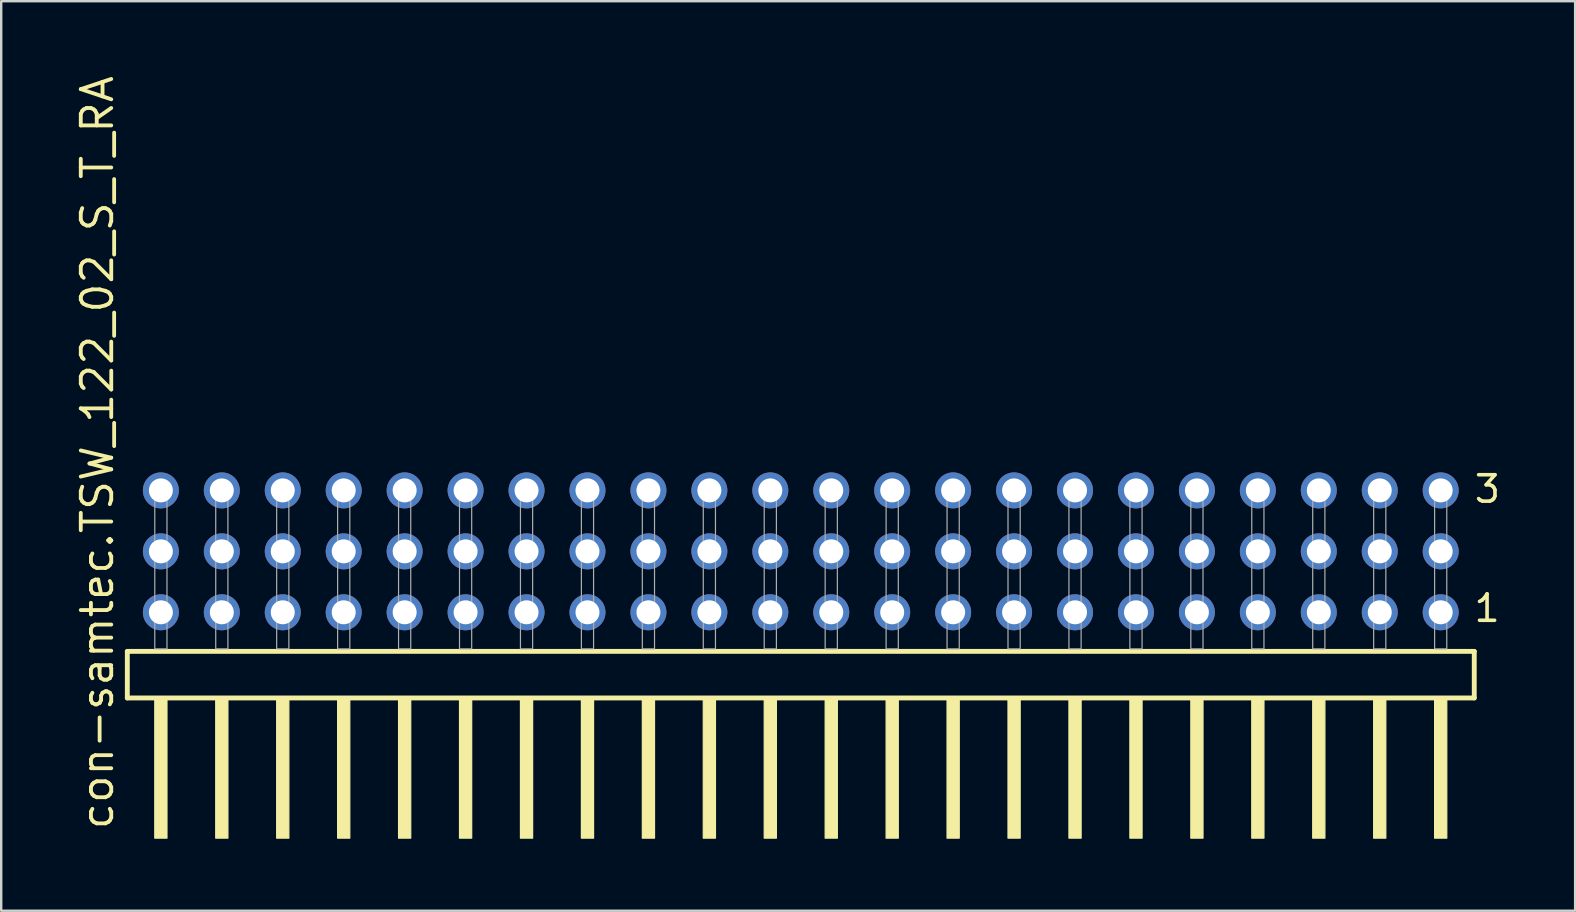
<source format=kicad_pcb>
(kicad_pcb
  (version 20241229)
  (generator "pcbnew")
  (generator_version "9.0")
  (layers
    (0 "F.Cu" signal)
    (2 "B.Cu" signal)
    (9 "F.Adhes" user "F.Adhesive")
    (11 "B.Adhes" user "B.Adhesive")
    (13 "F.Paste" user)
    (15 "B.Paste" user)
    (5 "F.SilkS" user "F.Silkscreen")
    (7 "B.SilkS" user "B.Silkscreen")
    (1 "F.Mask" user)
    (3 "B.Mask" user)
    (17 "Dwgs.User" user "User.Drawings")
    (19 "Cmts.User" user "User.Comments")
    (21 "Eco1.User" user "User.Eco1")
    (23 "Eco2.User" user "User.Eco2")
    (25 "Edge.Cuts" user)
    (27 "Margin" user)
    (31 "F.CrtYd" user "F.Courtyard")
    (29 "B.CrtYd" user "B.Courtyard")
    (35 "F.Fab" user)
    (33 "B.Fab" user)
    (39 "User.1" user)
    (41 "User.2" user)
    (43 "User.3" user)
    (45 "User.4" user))
  (footprint "con-samtec.TSW_122_02_S_T_RA"
    (layer "F.Cu")
    (at 30.325 23.993)
    (property "Reference" "con-samtec.TSW_122_02_S_T_RA" (at -28.575 7.62 90) (layer "F.SilkS") (effects (font (size 1.27 1.27) (thickness 0.16)) (justify left bottom)))
    (attr through_hole)
    (fp_line (start -28.069 0.106) (end -28.069 2.046) (stroke (width 0.203) (type default)) (layer "F.SilkS"))
    (fp_line (start -28.069 2.046) (end 28.069 2.046) (stroke (width 0.203) (type default)) (layer "F.SilkS"))
    (fp_line (start 28.069 0.106) (end -28.069 0.106) (stroke (width 0.203) (type default)) (layer "F.SilkS"))
    (fp_line (start 28.069 2.046) (end 28.069 0.106) (stroke (width 0.203) (type default)) (layer "F.SilkS"))
    (fp_rect (start -26.924 7.89) (end -26.416 2.04) (stroke (width 0.05) (type default)) (fill yes) (layer "F.SilkS"))
    (fp_rect (start -24.384 7.89) (end -23.876 2.04) (stroke (width 0.05) (type default)) (fill yes) (layer "F.SilkS"))
    (fp_rect (start -21.844 7.89) (end -21.336 2.04) (stroke (width 0.05) (type default)) (fill yes) (layer "F.SilkS"))
    (fp_rect (start -19.304 7.89) (end -18.796 2.04) (stroke (width 0.05) (type default)) (fill yes) (layer "F.SilkS"))
    (fp_rect (start -16.764 7.89) (end -16.256 2.04) (stroke (width 0.05) (type default)) (fill yes) (layer "F.SilkS"))
    (fp_rect (start -14.224 7.89) (end -13.716 2.04) (stroke (width 0.05) (type default)) (fill yes) (layer "F.SilkS"))
    (fp_rect (start -11.684 7.89) (end -11.176 2.04) (stroke (width 0.05) (type default)) (fill yes) (layer "F.SilkS"))
    (fp_rect (start -9.144 7.89) (end -8.636 2.04) (stroke (width 0.05) (type default)) (fill yes) (layer "F.SilkS"))
    (fp_rect (start -6.604 7.89) (end -6.096 2.04) (stroke (width 0.05) (type default)) (fill yes) (layer "F.SilkS"))
    (fp_rect (start -4.064 7.89) (end -3.556 2.04) (stroke (width 0.05) (type default)) (fill yes) (layer "F.SilkS"))
    (fp_rect (start -1.524 7.89) (end -1.016 2.04) (stroke (width 0.05) (type default)) (fill yes) (layer "F.SilkS"))
    (fp_rect (start 1.016 7.89) (end 1.524 2.04) (stroke (width 0.05) (type default)) (fill yes) (layer "F.SilkS"))
    (fp_rect (start 3.556 7.89) (end 4.064 2.04) (stroke (width 0.05) (type default)) (fill yes) (layer "F.SilkS"))
    (fp_rect (start 6.096 7.89) (end 6.604 2.04) (stroke (width 0.05) (type default)) (fill yes) (layer "F.SilkS"))
    (fp_rect (start 8.636 7.89) (end 9.144 2.04) (stroke (width 0.05) (type default)) (fill yes) (layer "F.SilkS"))
    (fp_rect (start 11.176 7.89) (end 11.684 2.04) (stroke (width 0.05) (type default)) (fill yes) (layer "F.SilkS"))
    (fp_rect (start 13.716 7.89) (end 14.224 2.04) (stroke (width 0.05) (type default)) (fill yes) (layer "F.SilkS"))
    (fp_rect (start 16.256 7.89) (end 16.764 2.04) (stroke (width 0.05) (type default)) (fill yes) (layer "F.SilkS"))
    (fp_rect (start 18.796 7.89) (end 19.304 2.04) (stroke (width 0.05) (type default)) (fill yes) (layer "F.SilkS"))
    (fp_rect (start 21.336 7.89) (end 21.844 2.04) (stroke (width 0.05) (type default)) (fill yes) (layer "F.SilkS"))
    (fp_rect (start 23.876 7.89) (end 24.384 2.04) (stroke (width 0.05) (type default)) (fill yes) (layer "F.SilkS"))
    (fp_rect (start 26.416 7.89) (end 26.924 2.04) (stroke (width 0.05) (type default)) (fill yes) (layer "F.SilkS"))
    (fp_rect (start -26.924 0) (end -26.416 -6.858) (stroke (width 0.05) (type default)) (fill no) (layer "F.Fab"))
    (fp_rect (start -24.384 0) (end -23.876 -6.858) (stroke (width 0.05) (type default)) (fill no) (layer "F.Fab"))
    (fp_rect (start -21.844 0) (end -21.336 -6.858) (stroke (width 0.05) (type default)) (fill no) (layer "F.Fab"))
    (fp_rect (start -19.304 0) (end -18.796 -6.858) (stroke (width 0.05) (type default)) (fill no) (layer "F.Fab"))
    (fp_rect (start -16.764 0) (end -16.256 -6.858) (stroke (width 0.05) (type default)) (fill no) (layer "F.Fab"))
    (fp_rect (start -14.224 0) (end -13.716 -6.858) (stroke (width 0.05) (type default)) (fill no) (layer "F.Fab"))
    (fp_rect (start -11.684 0) (end -11.176 -6.858) (stroke (width 0.05) (type default)) (fill no) (layer "F.Fab"))
    (fp_rect (start -9.144 0) (end -8.636 -6.858) (stroke (width 0.05) (type default)) (fill no) (layer "F.Fab"))
    (fp_rect (start -6.604 0) (end -6.096 -6.858) (stroke (width 0.05) (type default)) (fill no) (layer "F.Fab"))
    (fp_rect (start -4.064 0) (end -3.556 -6.858) (stroke (width 0.05) (type default)) (fill no) (layer "F.Fab"))
    (fp_rect (start -1.524 0) (end -1.016 -6.858) (stroke (width 0.05) (type default)) (fill no) (layer "F.Fab"))
    (fp_rect (start 1.016 0) (end 1.524 -6.858) (stroke (width 0.05) (type default)) (fill no) (layer "F.Fab"))
    (fp_rect (start 3.556 0) (end 4.064 -6.858) (stroke (width 0.05) (type default)) (fill no) (layer "F.Fab"))
    (fp_rect (start 6.096 0) (end 6.604 -6.858) (stroke (width 0.05) (type default)) (fill no) (layer "F.Fab"))
    (fp_rect (start 8.636 0) (end 9.144 -6.858) (stroke (width 0.05) (type default)) (fill no) (layer "F.Fab"))
    (fp_rect (start 11.176 0) (end 11.684 -6.858) (stroke (width 0.05) (type default)) (fill no) (layer "F.Fab"))
    (fp_rect (start 13.716 0) (end 14.224 -6.858) (stroke (width 0.05) (type default)) (fill no) (layer "F.Fab"))
    (fp_rect (start 16.256 0) (end 16.764 -6.858) (stroke (width 0.05) (type default)) (fill no) (layer "F.Fab"))
    (fp_rect (start 18.796 0) (end 19.304 -6.858) (stroke (width 0.05) (type default)) (fill no) (layer "F.Fab"))
    (fp_rect (start 21.336 0) (end 21.844 -6.858) (stroke (width 0.05) (type default)) (fill no) (layer "F.Fab"))
    (fp_rect (start 23.876 0) (end 24.384 -6.858) (stroke (width 0.05) (type default)) (fill no) (layer "F.Fab"))
    (fp_rect (start 26.416 0) (end 26.924 -6.858) (stroke (width 0.05) (type default)) (fill no) (layer "F.Fab"))
    (fp_text user "3" (at 27.995 -6.015 0) (layer "F.SilkS") (effects (font (size 1.1 1.1) (thickness 0.15)) (justify left bottom)))
    (fp_text user "1" (at 27.98 -1.05 0) (layer "F.SilkS") (effects (font (size 1.1 1.1) (thickness 0.15)) (justify left bottom)))
    (pad "1" thru_hole circle (at 26.67 -1.524 180) (size 1.5 1.5) (drill 1) (layers "*.Cu" "*.Mask"))
    (pad "2" thru_hole circle (at 26.67 -4.064 180) (size 1.5 1.5) (drill 1) (layers "*.Cu" "*.Mask"))
    (pad "3" thru_hole circle (at 26.67 -6.604 180) (size 1.5 1.5) (drill 1) (layers "*.Cu" "*.Mask"))
    (pad "4" thru_hole circle (at 24.13 -1.524 180) (size 1.5 1.5) (drill 1) (layers "*.Cu" "*.Mask"))
    (pad "5" thru_hole circle (at 24.13 -4.064 180) (size 1.5 1.5) (drill 1) (layers "*.Cu" "*.Mask"))
    (pad "6" thru_hole circle (at 24.13 -6.604 180) (size 1.5 1.5) (drill 1) (layers "*.Cu" "*.Mask"))
    (pad "7" thru_hole circle (at 21.59 -1.524 180) (size 1.5 1.5) (drill 1) (layers "*.Cu" "*.Mask"))
    (pad "8" thru_hole circle (at 21.59 -4.064 180) (size 1.5 1.5) (drill 1) (layers "*.Cu" "*.Mask"))
    (pad "9" thru_hole circle (at 21.59 -6.604 180) (size 1.5 1.5) (drill 1) (layers "*.Cu" "*.Mask"))
    (pad "10" thru_hole circle (at 19.05 -1.524 180) (size 1.5 1.5) (drill 1) (layers "*.Cu" "*.Mask"))
    (pad "11" thru_hole circle (at 19.05 -4.064 180) (size 1.5 1.5) (drill 1) (layers "*.Cu" "*.Mask"))
    (pad "12" thru_hole circle (at 19.05 -6.604 180) (size 1.5 1.5) (drill 1) (layers "*.Cu" "*.Mask"))
    (pad "13" thru_hole circle (at 16.51 -1.524 180) (size 1.5 1.5) (drill 1) (layers "*.Cu" "*.Mask"))
    (pad "14" thru_hole circle (at 16.51 -4.064 180) (size 1.5 1.5) (drill 1) (layers "*.Cu" "*.Mask"))
    (pad "15" thru_hole circle (at 16.51 -6.604 180) (size 1.5 1.5) (drill 1) (layers "*.Cu" "*.Mask"))
    (pad "16" thru_hole circle (at 13.97 -1.524 180) (size 1.5 1.5) (drill 1) (layers "*.Cu" "*.Mask"))
    (pad "17" thru_hole circle (at 13.97 -4.064 180) (size 1.5 1.5) (drill 1) (layers "*.Cu" "*.Mask"))
    (pad "18" thru_hole circle (at 13.97 -6.604 180) (size 1.5 1.5) (drill 1) (layers "*.Cu" "*.Mask"))
    (pad "19" thru_hole circle (at 11.43 -1.524 180) (size 1.5 1.5) (drill 1) (layers "*.Cu" "*.Mask"))
    (pad "20" thru_hole circle (at 11.43 -4.064 180) (size 1.5 1.5) (drill 1) (layers "*.Cu" "*.Mask"))
    (pad "21" thru_hole circle (at 11.43 -6.604 180) (size 1.5 1.5) (drill 1) (layers "*.Cu" "*.Mask"))
    (pad "22" thru_hole circle (at 8.89 -1.524 180) (size 1.5 1.5) (drill 1) (layers "*.Cu" "*.Mask"))
    (pad "23" thru_hole circle (at 8.89 -4.064 180) (size 1.5 1.5) (drill 1) (layers "*.Cu" "*.Mask"))
    (pad "24" thru_hole circle (at 8.89 -6.604 180) (size 1.5 1.5) (drill 1) (layers "*.Cu" "*.Mask"))
    (pad "25" thru_hole circle (at 6.35 -1.524 180) (size 1.5 1.5) (drill 1) (layers "*.Cu" "*.Mask"))
    (pad "26" thru_hole circle (at 6.35 -4.064 180) (size 1.5 1.5) (drill 1) (layers "*.Cu" "*.Mask"))
    (pad "27" thru_hole circle (at 6.35 -6.604 180) (size 1.5 1.5) (drill 1) (layers "*.Cu" "*.Mask"))
    (pad "28" thru_hole circle (at 3.81 -1.524 180) (size 1.5 1.5) (drill 1) (layers "*.Cu" "*.Mask"))
    (pad "29" thru_hole circle (at 3.81 -4.064 180) (size 1.5 1.5) (drill 1) (layers "*.Cu" "*.Mask"))
    (pad "30" thru_hole circle (at 3.81 -6.604 180) (size 1.5 1.5) (drill 1) (layers "*.Cu" "*.Mask"))
    (pad "31" thru_hole circle (at 1.27 -1.524 180) (size 1.5 1.5) (drill 1) (layers "*.Cu" "*.Mask"))
    (pad "32" thru_hole circle (at 1.27 -4.064 180) (size 1.5 1.5) (drill 1) (layers "*.Cu" "*.Mask"))
    (pad "33" thru_hole circle (at 1.27 -6.604 180) (size 1.5 1.5) (drill 1) (layers "*.Cu" "*.Mask"))
    (pad "34" thru_hole circle (at -1.27 -1.524 180) (size 1.5 1.5) (drill 1) (layers "*.Cu" "*.Mask"))
    (pad "35" thru_hole circle (at -1.27 -4.064 180) (size 1.5 1.5) (drill 1) (layers "*.Cu" "*.Mask"))
    (pad "36" thru_hole circle (at -1.27 -6.604 180) (size 1.5 1.5) (drill 1) (layers "*.Cu" "*.Mask"))
    (pad "37" thru_hole circle (at -3.81 -1.524 180) (size 1.5 1.5) (drill 1) (layers "*.Cu" "*.Mask"))
    (pad "38" thru_hole circle (at -3.81 -4.064 180) (size 1.5 1.5) (drill 1) (layers "*.Cu" "*.Mask"))
    (pad "39" thru_hole circle (at -3.81 -6.604 180) (size 1.5 1.5) (drill 1) (layers "*.Cu" "*.Mask"))
    (pad "40" thru_hole circle (at -6.35 -1.524 180) (size 1.5 1.5) (drill 1) (layers "*.Cu" "*.Mask"))
    (pad "41" thru_hole circle (at -6.35 -4.064 180) (size 1.5 1.5) (drill 1) (layers "*.Cu" "*.Mask"))
    (pad "42" thru_hole circle (at -6.35 -6.604 180) (size 1.5 1.5) (drill 1) (layers "*.Cu" "*.Mask"))
    (pad "43" thru_hole circle (at -8.89 -1.524 180) (size 1.5 1.5) (drill 1) (layers "*.Cu" "*.Mask"))
    (pad "44" thru_hole circle (at -8.89 -4.064 180) (size 1.5 1.5) (drill 1) (layers "*.Cu" "*.Mask"))
    (pad "45" thru_hole circle (at -8.89 -6.604 180) (size 1.5 1.5) (drill 1) (layers "*.Cu" "*.Mask"))
    (pad "46" thru_hole circle (at -11.43 -1.524 180) (size 1.5 1.5) (drill 1) (layers "*.Cu" "*.Mask"))
    (pad "47" thru_hole circle (at -11.43 -4.064 180) (size 1.5 1.5) (drill 1) (layers "*.Cu" "*.Mask"))
    (pad "48" thru_hole circle (at -11.43 -6.604 180) (size 1.5 1.5) (drill 1) (layers "*.Cu" "*.Mask"))
    (pad "49" thru_hole circle (at -13.97 -1.524 180) (size 1.5 1.5) (drill 1) (layers "*.Cu" "*.Mask"))
    (pad "50" thru_hole circle (at -13.97 -4.064 180) (size 1.5 1.5) (drill 1) (layers "*.Cu" "*.Mask"))
    (pad "51" thru_hole circle (at -13.97 -6.604 180) (size 1.5 1.5) (drill 1) (layers "*.Cu" "*.Mask"))
    (pad "52" thru_hole circle (at -16.51 -1.524 180) (size 1.5 1.5) (drill 1) (layers "*.Cu" "*.Mask"))
    (pad "53" thru_hole circle (at -16.51 -4.064 180) (size 1.5 1.5) (drill 1) (layers "*.Cu" "*.Mask"))
    (pad "54" thru_hole circle (at -16.51 -6.604 180) (size 1.5 1.5) (drill 1) (layers "*.Cu" "*.Mask"))
    (pad "55" thru_hole circle (at -19.05 -1.524 180) (size 1.5 1.5) (drill 1) (layers "*.Cu" "*.Mask"))
    (pad "56" thru_hole circle (at -19.05 -4.064 180) (size 1.5 1.5) (drill 1) (layers "*.Cu" "*.Mask"))
    (pad "57" thru_hole circle (at -19.05 -6.604 180) (size 1.5 1.5) (drill 1) (layers "*.Cu" "*.Mask"))
    (pad "58" thru_hole circle (at -21.59 -1.524 180) (size 1.5 1.5) (drill 1) (layers "*.Cu" "*.Mask"))
    (pad "59" thru_hole circle (at -21.59 -4.064 180) (size 1.5 1.5) (drill 1) (layers "*.Cu" "*.Mask"))
    (pad "60" thru_hole circle (at -21.59 -6.604 180) (size 1.5 1.5) (drill 1) (layers "*.Cu" "*.Mask"))
    (pad "61" thru_hole circle (at -24.13 -1.524 180) (size 1.5 1.5) (drill 1) (layers "*.Cu" "*.Mask"))
    (pad "62" thru_hole circle (at -24.13 -4.064 180) (size 1.5 1.5) (drill 1) (layers "*.Cu" "*.Mask"))
    (pad "63" thru_hole circle (at -24.13 -6.604 180) (size 1.5 1.5) (drill 1) (layers "*.Cu" "*.Mask"))
    (pad "64" thru_hole circle (at -26.67 -1.524 180) (size 1.5 1.5) (drill 1) (layers "*.Cu" "*.Mask"))
    (pad "65" thru_hole circle (at -26.67 -4.064 180) (size 1.5 1.5) (drill 1) (layers "*.Cu" "*.Mask"))
    (pad "66" thru_hole circle (at -26.67 -6.604 180) (size 1.5 1.5) (drill 1) (layers "*.Cu" "*.Mask")))
  (gr_rect
    (start -3 -3)
    (end 62.598 34.908)
    (stroke (width 0.1) (type default))
    (fill no)
    (layer "Edge.Cuts")))
</source>
